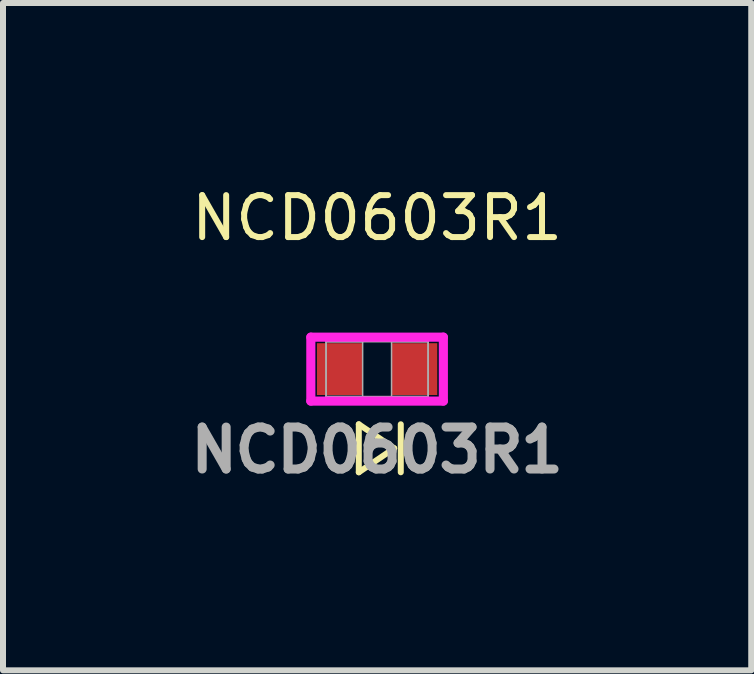
<source format=kicad_pcb>
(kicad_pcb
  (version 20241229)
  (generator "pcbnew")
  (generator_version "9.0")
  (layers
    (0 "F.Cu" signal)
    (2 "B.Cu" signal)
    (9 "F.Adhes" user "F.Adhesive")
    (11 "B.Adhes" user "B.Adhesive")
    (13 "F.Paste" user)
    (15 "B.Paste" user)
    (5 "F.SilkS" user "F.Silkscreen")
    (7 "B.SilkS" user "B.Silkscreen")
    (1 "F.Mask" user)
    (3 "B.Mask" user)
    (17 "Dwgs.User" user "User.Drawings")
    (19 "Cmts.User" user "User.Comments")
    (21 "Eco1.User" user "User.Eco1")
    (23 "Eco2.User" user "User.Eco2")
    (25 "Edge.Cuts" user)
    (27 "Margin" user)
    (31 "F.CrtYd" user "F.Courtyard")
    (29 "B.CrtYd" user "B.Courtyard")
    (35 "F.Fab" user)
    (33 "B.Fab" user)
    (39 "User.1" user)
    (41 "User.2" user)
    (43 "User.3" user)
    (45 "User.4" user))
  (footprint "NCD0603R1"
    (layer "F.Cu")
    (at 3.238 3.105)
    (property "Reference" "NCD0603R1" (at 0 -2.52 0) (unlocked yes) (layer "F.SilkS") (effects (font (size 0.7 0.7) (thickness 0.1))))
    (attr smd)
    (fp_line (start -0.305 0.92) (end 0.285 1.32) (stroke (width 0.1) (type default)) (layer "F.SilkS"))
    (fp_line (start -0.305 1.72) (end -0.305 0.92) (stroke (width 0.1) (type default)) (layer "F.SilkS"))
    (fp_line (start 0.285 1.32) (end -0.305 1.72) (stroke (width 0.1) (type default)) (layer "F.SilkS"))
    (fp_line (start 0.395 0.92) (end 0.395 1.72) (stroke (width 0.1) (type default)) (layer "F.SilkS"))
    (fp_line (start -1.105 -0.533) (end 1.105 -0.533) (stroke (width 0.152) (type solid)) (layer "F.CrtYd"))
    (fp_line (start -1.105 0.533) (end -1.105 -0.533) (stroke (width 0.152) (type solid)) (layer "F.CrtYd"))
    (fp_line (start 1.105 -0.533) (end 1.105 0.533) (stroke (width 0.152) (type solid)) (layer "F.CrtYd"))
    (fp_line (start 1.105 0.533) (end -1.105 0.533) (stroke (width 0.152) (type solid)) (layer "F.CrtYd"))
    (fp_line (start -0.851 -0.457) (end -0.851 0.457) (stroke (width 0.025) (type solid)) (layer "F.Fab"))
    (fp_line (start -0.851 -0.457) (end -0.851 0.457) (stroke (width 0.025) (type solid)) (layer "F.Fab"))
    (fp_line (start -0.851 0.457) (end -0.241 0.457) (stroke (width 0.025) (type solid)) (layer "F.Fab"))
    (fp_line (start -0.851 0.457) (end 0.851 0.457) (stroke (width 0.025) (type solid)) (layer "F.Fab"))
    (fp_line (start -0.241 -0.457) (end -0.851 -0.457) (stroke (width 0.025) (type solid)) (layer "F.Fab"))
    (fp_line (start -0.241 0.457) (end -0.241 -0.457) (stroke (width 0.025) (type solid)) (layer "F.Fab"))
    (fp_line (start 0.241 -0.457) (end 0.241 0.457) (stroke (width 0.025) (type solid)) (layer "F.Fab"))
    (fp_line (start 0.241 0.457) (end 0.851 0.457) (stroke (width 0.025) (type solid)) (layer "F.Fab"))
    (fp_line (start 0.851 -0.457) (end -0.851 -0.457) (stroke (width 0.025) (type solid)) (layer "F.Fab"))
    (fp_line (start 0.851 -0.457) (end 0.241 -0.457) (stroke (width 0.025) (type solid)) (layer "F.Fab"))
    (fp_line (start 0.851 0.457) (end 0.851 -0.457) (stroke (width 0.025) (type solid)) (layer "F.Fab"))
    (fp_line (start 0.851 0.457) (end 0.851 -0.457) (stroke (width 0.025) (type solid)) (layer "F.Fab"))
    (fp_text user "${REFERENCE}" (at 0 1.35 0) (unlocked yes) (layer "F.Fab") (effects (font (size 0.7 0.7) (thickness 0.15))))
    (pad "1" smd rect (at 0.622 0) (size 0.762 0.864) (layers "F.Cu" "F.Mask" "F.Paste"))
    (pad "2" smd rect (at -0.622 0) (size 0.762 0.864) (layers "F.Cu" "F.Mask" "F.Paste"))
    (zone (net_name "") (layer "F.Cu") (hatch full 0.508) (connect_pads) (min_thickness 0.254) (filled_areas_thickness no) (keepout (tracks not_allowed) (vias not_allowed) (pads allowed) (copperpour not_allowed) (footprints allowed)) (placement (enabled no)) (fill) (polygon (pts (xy 3.048 2.699) (xy 3.429 2.699) (xy 3.429 3.511) (xy 3.048 3.511)))))
  (gr_rect
    (start -3 -3)
    (end 9.477 8.128)
    (stroke (width 0.1) (type default))
    (fill no)
    (layer "Edge.Cuts")))
</source>
